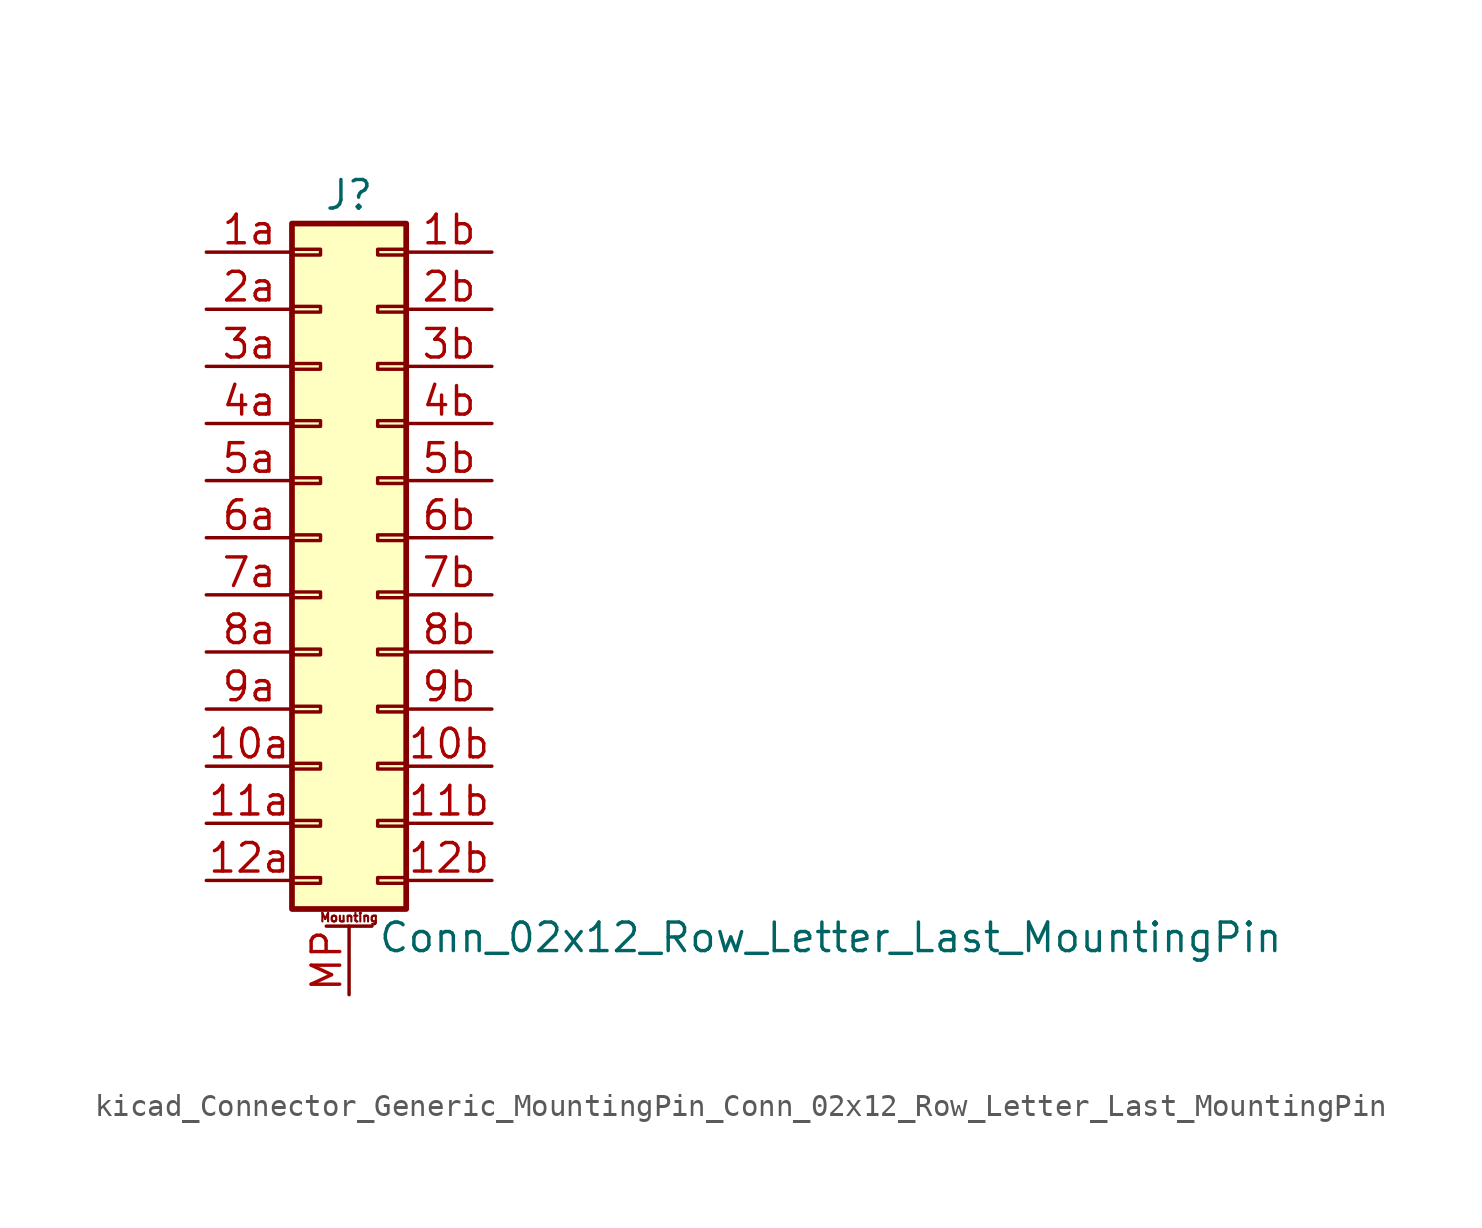
<source format=kicad_sym>
(kicad_symbol_lib
  (version 20220914)
  (generator kicad_symbol_editor)
  (symbol "kicad_Connector_Generic_MountingPin_Conn_02x12_Row_Letter_Last_MountingPin"
    (pin_names
      (offset 1.016) hide)
    (property "Reference" "J"
      (at 1.27 15.24 0)
      (effects (font (size 1.27 1.27))))
    (property "Value" "Conn_02x12_Row_Letter_Last_MountingPin"
      (at 2.54 -17.78 0)
      (effects (font (size 1.27 1.27)) (justify left)))
    (symbol "kicad_Connector_Generic_MountingPin_Conn_02x12_Row_Letter_Last_MountingPin_1_1"
      (rectangle (start -1.27 -15.113) (end 0 -15.367) (stroke (width 0.152) (type default)) (fill (type none)))
      (rectangle (start -1.27 -12.573) (end 0 -12.827) (stroke (width 0.152) (type default)) (fill (type none)))
      (rectangle (start -1.27 -10.033) (end 0 -10.287) (stroke (width 0.152) (type default)) (fill (type none)))
      (rectangle (start -1.27 -7.493) (end 0 -7.747) (stroke (width 0.152) (type default)) (fill (type none)))
      (rectangle (start -1.27 -4.953) (end 0 -5.207) (stroke (width 0.152) (type default)) (fill (type none)))
      (rectangle (start -1.27 -2.413) (end 0 -2.667) (stroke (width 0.152) (type default)) (fill (type none)))
      (rectangle (start -1.27 0.127) (end 0 -0.127) (stroke (width 0.152) (type default)) (fill (type none)))
      (rectangle (start -1.27 2.667) (end 0 2.413) (stroke (width 0.152) (type default)) (fill (type none)))
      (rectangle (start -1.27 5.207) (end 0 4.953) (stroke (width 0.152) (type default)) (fill (type none)))
      (rectangle (start -1.27 7.747) (end 0 7.493) (stroke (width 0.152) (type default)) (fill (type none)))
      (rectangle (start -1.27 10.287) (end 0 10.033) (stroke (width 0.152) (type default)) (fill (type none)))
      (rectangle (start -1.27 12.827) (end 0 12.573) (stroke (width 0.152) (type default)) (fill (type none)))
      (rectangle (start -1.27 13.97) (end 3.81 -16.51) (stroke (width 0.254) (type default)) (fill (type background)))
      (polyline (pts (xy 0.254 -17.272) (xy 2.286 -17.272)) (stroke (width 0.152) (type default)) (fill (type none)))
      (rectangle (start 3.81 -15.113) (end 2.54 -15.367) (stroke (width 0.152) (type default)) (fill (type none)))
      (rectangle (start 3.81 -12.573) (end 2.54 -12.827) (stroke (width 0.152) (type default)) (fill (type none)))
      (rectangle (start 3.81 -10.033) (end 2.54 -10.287) (stroke (width 0.152) (type default)) (fill (type none)))
      (rectangle (start 3.81 -7.493) (end 2.54 -7.747) (stroke (width 0.152) (type default)) (fill (type none)))
      (rectangle (start 3.81 -4.953) (end 2.54 -5.207) (stroke (width 0.152) (type default)) (fill (type none)))
      (rectangle (start 3.81 -2.413) (end 2.54 -2.667) (stroke (width 0.152) (type default)) (fill (type none)))
      (rectangle (start 3.81 0.127) (end 2.54 -0.127) (stroke (width 0.152) (type default)) (fill (type none)))
      (rectangle (start 3.81 2.667) (end 2.54 2.413) (stroke (width 0.152) (type default)) (fill (type none)))
      (rectangle (start 3.81 5.207) (end 2.54 4.953) (stroke (width 0.152) (type default)) (fill (type none)))
      (rectangle (start 3.81 7.747) (end 2.54 7.493) (stroke (width 0.152) (type default)) (fill (type none)))
      (rectangle (start 3.81 10.287) (end 2.54 10.033) (stroke (width 0.152) (type default)) (fill (type none)))
      (rectangle (start 3.81 12.827) (end 2.54 12.573) (stroke (width 0.152) (type default)) (fill (type none)))
      (text "Mounting" (at 1.27 -16.891 0) (effects (font (size 0.381 0.381))))
      (pin passive line (at -5.08 -10.16 0) (length 3.81) (name "Pin_10a" (effects (font (size 1.27 1.27)))) (number "10a" (effects (font (size 1.27 1.27)))))
      (pin passive line (at 7.62 -10.16 180) (length 3.81) (name "Pin_10b" (effects (font (size 1.27 1.27)))) (number "10b" (effects (font (size 1.27 1.27)))))
      (pin passive line (at -5.08 -12.7 0) (length 3.81) (name "Pin_11a" (effects (font (size 1.27 1.27)))) (number "11a" (effects (font (size 1.27 1.27)))))
      (pin passive line (at 7.62 -12.7 180) (length 3.81) (name "Pin_11b" (effects (font (size 1.27 1.27)))) (number "11b" (effects (font (size 1.27 1.27)))))
      (pin passive line (at -5.08 -15.24 0) (length 3.81) (name "Pin_12a" (effects (font (size 1.27 1.27)))) (number "12a" (effects (font (size 1.27 1.27)))))
      (pin passive line (at 7.62 -15.24 180) (length 3.81) (name "Pin_12b" (effects (font (size 1.27 1.27)))) (number "12b" (effects (font (size 1.27 1.27)))))
      (pin passive line (at -5.08 12.7 0) (length 3.81) (name "Pin_1a" (effects (font (size 1.27 1.27)))) (number "1a" (effects (font (size 1.27 1.27)))))
      (pin passive line (at 7.62 12.7 180) (length 3.81) (name "Pin_1b" (effects (font (size 1.27 1.27)))) (number "1b" (effects (font (size 1.27 1.27)))))
      (pin passive line (at -5.08 10.16 0) (length 3.81) (name "Pin_2a" (effects (font (size 1.27 1.27)))) (number "2a" (effects (font (size 1.27 1.27)))))
      (pin passive line (at 7.62 10.16 180) (length 3.81) (name "Pin_2b" (effects (font (size 1.27 1.27)))) (number "2b" (effects (font (size 1.27 1.27)))))
      (pin passive line (at -5.08 7.62 0) (length 3.81) (name "Pin_3a" (effects (font (size 1.27 1.27)))) (number "3a" (effects (font (size 1.27 1.27)))))
      (pin passive line (at 7.62 7.62 180) (length 3.81) (name "Pin_3b" (effects (font (size 1.27 1.27)))) (number "3b" (effects (font (size 1.27 1.27)))))
      (pin passive line (at -5.08 5.08 0) (length 3.81) (name "Pin_4a" (effects (font (size 1.27 1.27)))) (number "4a" (effects (font (size 1.27 1.27)))))
      (pin passive line (at 7.62 5.08 180) (length 3.81) (name "Pin_4b" (effects (font (size 1.27 1.27)))) (number "4b" (effects (font (size 1.27 1.27)))))
      (pin passive line (at -5.08 2.54 0) (length 3.81) (name "Pin_5a" (effects (font (size 1.27 1.27)))) (number "5a" (effects (font (size 1.27 1.27)))))
      (pin passive line (at 7.62 2.54 180) (length 3.81) (name "Pin_5b" (effects (font (size 1.27 1.27)))) (number "5b" (effects (font (size 1.27 1.27)))))
      (pin passive line (at -5.08 0 0) (length 3.81) (name "Pin_6a" (effects (font (size 1.27 1.27)))) (number "6a" (effects (font (size 1.27 1.27)))))
      (pin passive line (at 7.62 0 180) (length 3.81) (name "Pin_6b" (effects (font (size 1.27 1.27)))) (number "6b" (effects (font (size 1.27 1.27)))))
      (pin passive line (at -5.08 -2.54 0) (length 3.81) (name "Pin_7a" (effects (font (size 1.27 1.27)))) (number "7a" (effects (font (size 1.27 1.27)))))
      (pin passive line (at 7.62 -2.54 180) (length 3.81) (name "Pin_7b" (effects (font (size 1.27 1.27)))) (number "7b" (effects (font (size 1.27 1.27)))))
      (pin passive line (at -5.08 -5.08 0) (length 3.81) (name "Pin_8a" (effects (font (size 1.27 1.27)))) (number "8a" (effects (font (size 1.27 1.27)))))
      (pin passive line (at 7.62 -5.08 180) (length 3.81) (name "Pin_8b" (effects (font (size 1.27 1.27)))) (number "8b" (effects (font (size 1.27 1.27)))))
      (pin passive line (at -5.08 -7.62 0) (length 3.81) (name "Pin_9a" (effects (font (size 1.27 1.27)))) (number "9a" (effects (font (size 1.27 1.27)))))
      (pin passive line (at 7.62 -7.62 180) (length 3.81) (name "Pin_9b" (effects (font (size 1.27 1.27)))) (number "9b" (effects (font (size 1.27 1.27)))))
      (pin passive line (at 1.27 -20.32 90) (length 3.048) (name "MountPin" (effects (font (size 1.27 1.27)))) (number "MP" (effects (font (size 1.27 1.27))))))))
</source>
